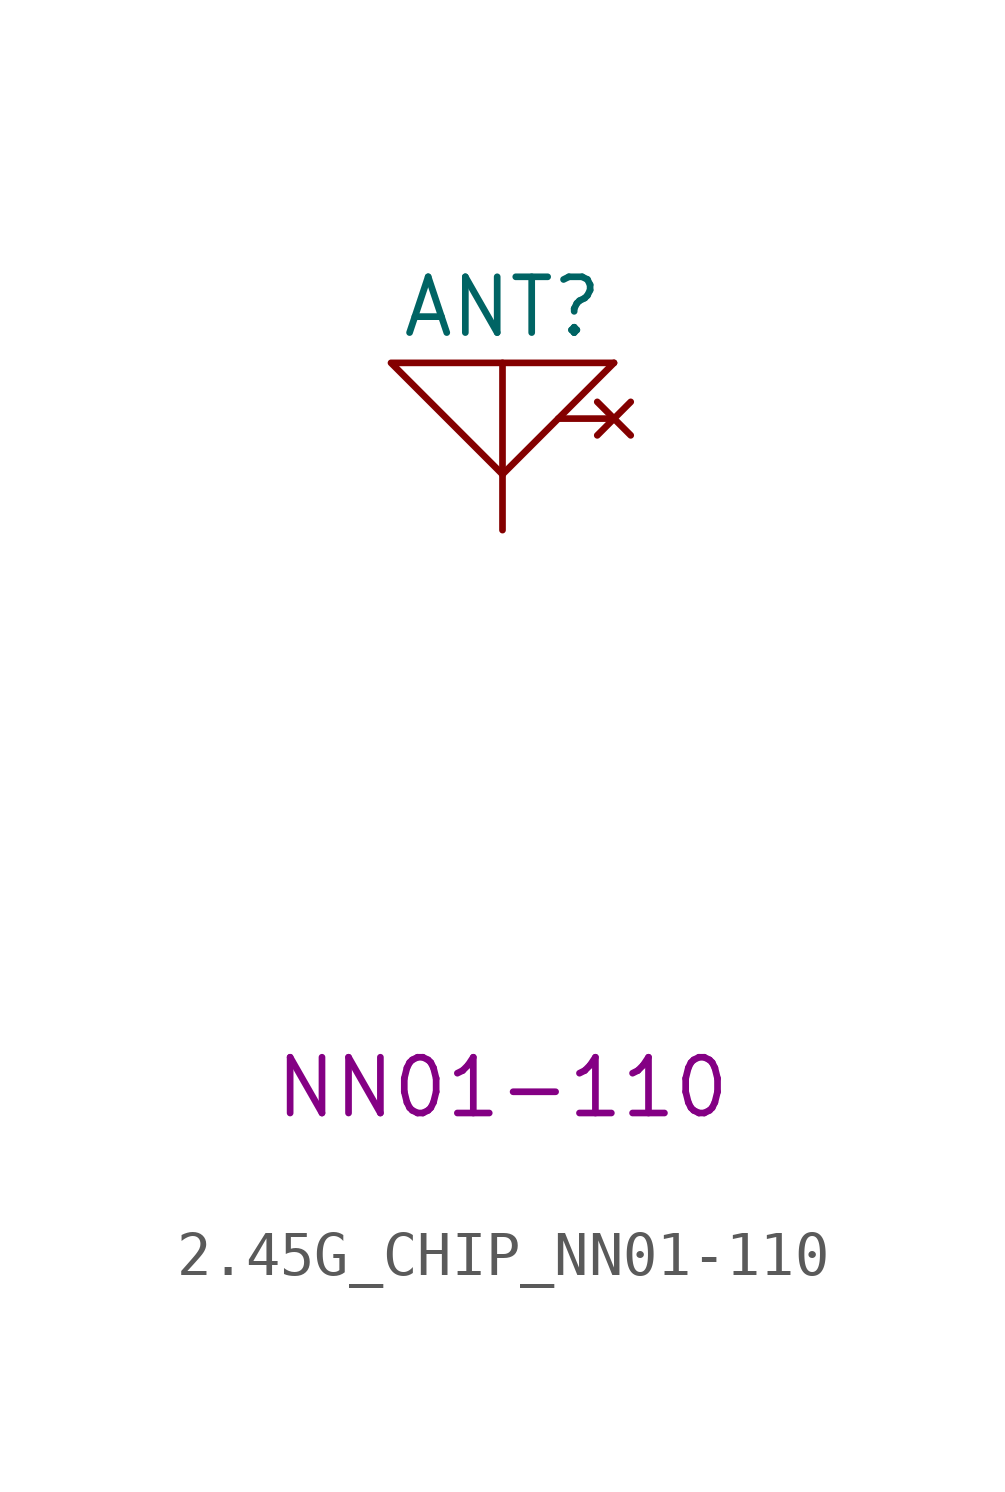
<source format=kicad_sym>
(kicad_symbol_lib
  (version 20211014)
  (generator kicad_symbol_editor)
  (symbol "2.45G_CHIP_NN01-110"
    (pin_numbers hide)
    (pin_names
      (offset 0) hide)
    (property "Reference" "ANT"
      (at 0 5.08 0)
      (effects (font (size 1.27 1.27))))
    (property "P/N" "NN01-110"
      (at 0 -12.7 0)
      (effects (font (size 1.27 1.27))))
    (symbol "2.45G_CHIP_NN01-110_0_1"
      (polyline (pts (xy 0 1.27) (xy 0 3.81)) (stroke (width 0) (type default) (color 0 0 0 0)) (fill (type none)))
      (polyline (pts (xy 0 1.27) (xy 2.54 3.81)) (stroke (width 0) (type default) (color 0 0 0 0)) (fill (type none)))
      (polyline (pts (xy 0 1.27) (xy -2.54 3.81) (xy 2.54 3.81)) (stroke (width 0) (type default) (color 0 0 0 0)) (fill (type none))))
    (symbol "2.45G_CHIP_NN01-110_1_1"
      (pin passive line (at 0 0 90) (length 1.27) (name "~" (effects (font (size 1.27 1.27)))) (number "1" (effects (font (size 1.27 1.27)))))
      (pin no_connect line (at 2.54 2.54 180) (length 1.27) (name "~" (effects (font (size 1.27 1.27)))) (number "2" (effects (font (size 1.27 1.27))))))))
</source>
